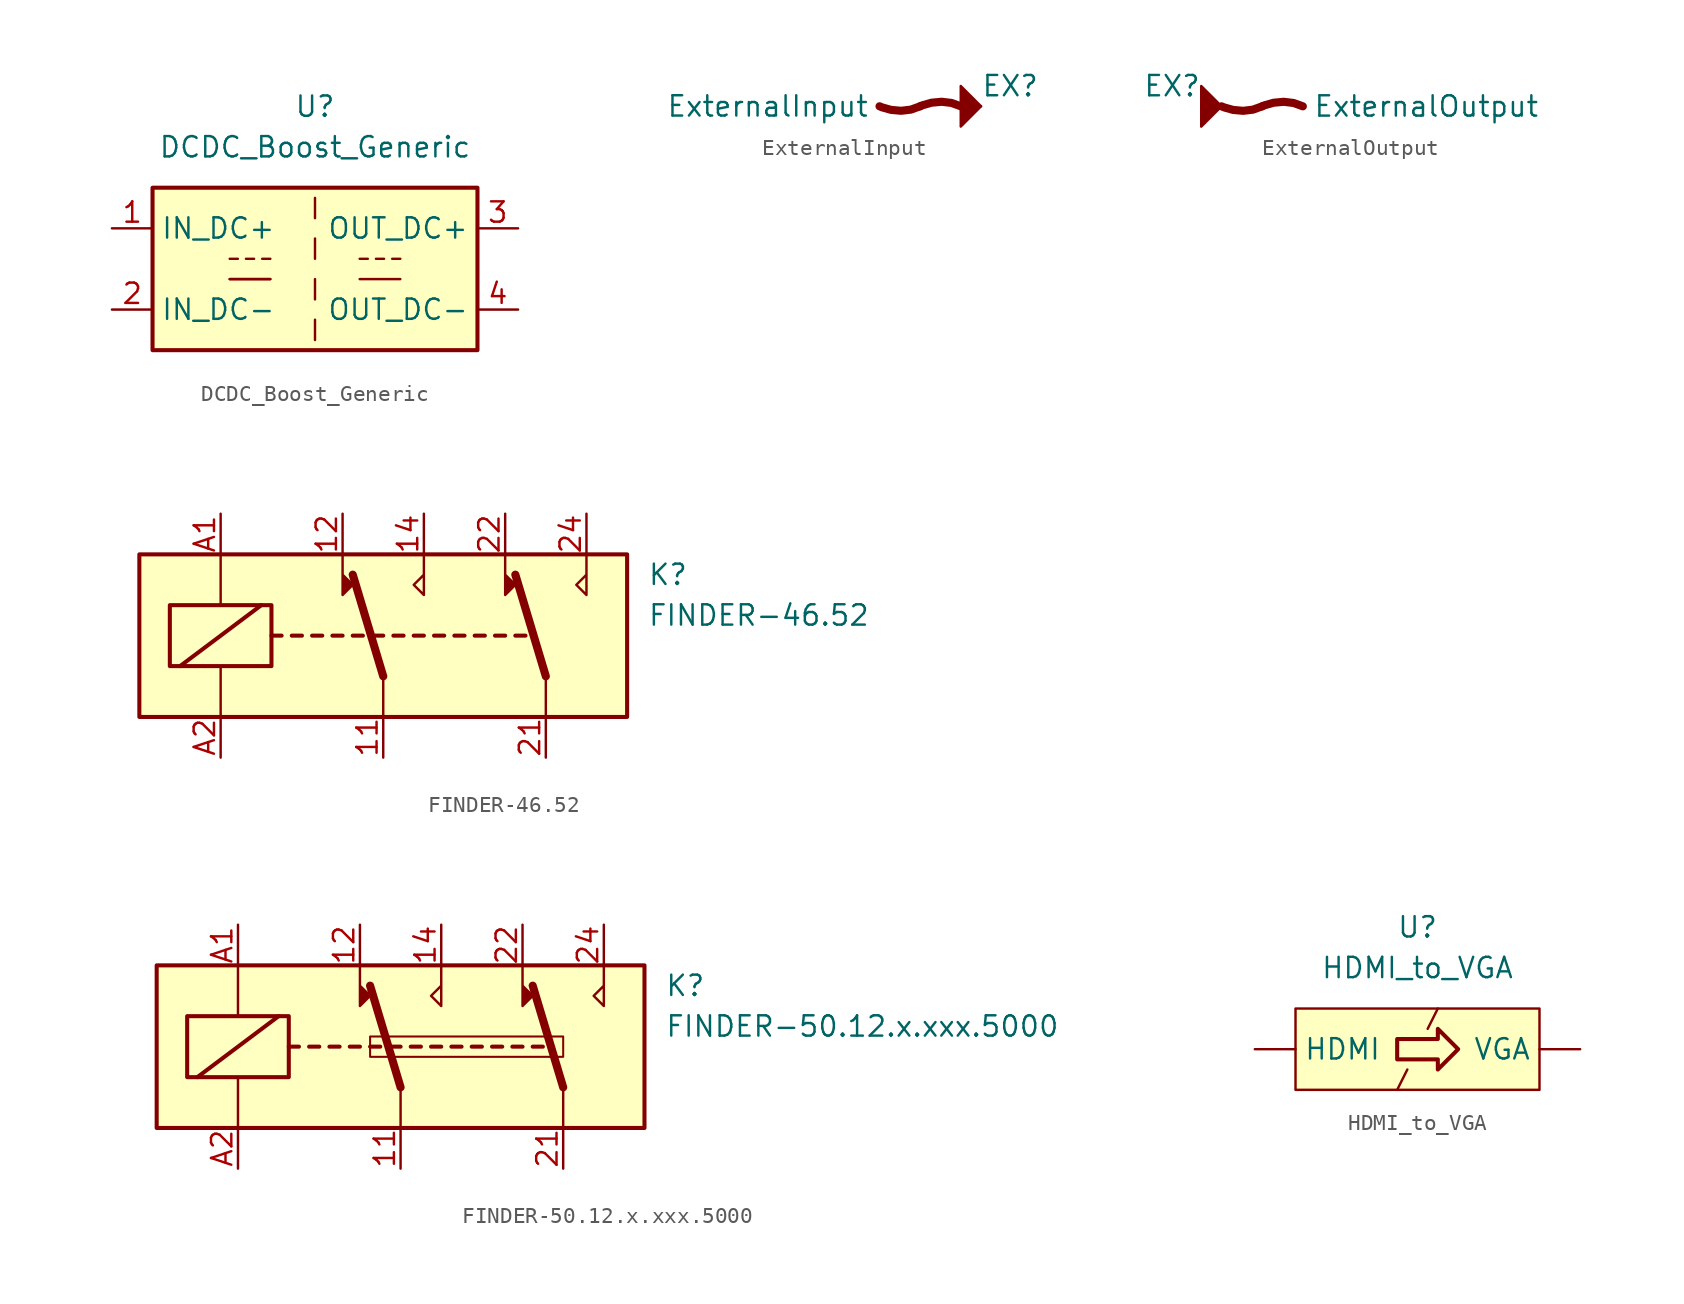
<source format=kicad_sym>
(kicad_symbol_lib
  (version 20241209)
  (generator "kicad_symbol_editor")
  (generator_version "9.0")
  (symbol "DCDC_Boost_Generic"
    (property "Reference" "U"
      (at 0 10.16 0)
      (effects (font (size 1.27 1.27))))
    (property "Value" "DCDC_Boost_Generic"
      (at 0 7.62 0)
      (effects (font (size 1.27 1.27))))
    (symbol "DCDC_Boost_Generic_0_1"
      (rectangle (start -10.16 5.08) (end 10.16 -5.08) (stroke (width 0.254) (type default)) (fill (type background)))
      (polyline (pts (xy -5.334 -0.635) (xy -2.794 -0.635)) (stroke (width 0) (type default)) (fill (type none)))
      (polyline (pts (xy -4.826 0.635) (xy -5.334 0.635)) (stroke (width 0) (type default)) (fill (type none)))
      (polyline (pts (xy -3.81 0.635) (xy -4.318 0.635)) (stroke (width 0) (type default)) (fill (type none)))
      (polyline (pts (xy -2.794 0.635) (xy -3.302 0.635)) (stroke (width 0) (type default)) (fill (type none)))
      (polyline (pts (xy -2.794 -0.635) (xy -5.334 -0.635)) (stroke (width 0) (type default)) (fill (type none)))
      (polyline (pts (xy 2.794 0.635) (xy 3.302 0.635)) (stroke (width 0) (type default)) (fill (type none)))
      (polyline (pts (xy 2.794 -0.635) (xy 5.334 -0.635)) (stroke (width 0) (type default)) (fill (type none)))
      (polyline (pts (xy 3.81 0.635) (xy 4.318 0.635)) (stroke (width 0) (type default)) (fill (type none)))
      (polyline (pts (xy 4.826 0.635) (xy 5.334 0.635)) (stroke (width 0) (type default)) (fill (type none))))
    (symbol "DCDC_Boost_Generic_1_1"
      (polyline (pts (xy 0 4.445) (xy 0 3.175)) (stroke (width 0) (type default)) (fill (type none)))
      (polyline (pts (xy 0 1.905) (xy 0 0.635)) (stroke (width 0) (type default)) (fill (type none)))
      (polyline (pts (xy 0 -0.635) (xy 0 -1.905)) (stroke (width 0) (type default)) (fill (type none)))
      (polyline (pts (xy 0 -3.175) (xy 0 -4.445)) (stroke (width 0) (type default)) (fill (type none)))
      (pin power_in line (at -12.7 2.54 0) (length 2.54) (name "IN_DC+" (effects (font (size 1.27 1.27)))) (number "1" (effects (font (size 1.27 1.27)))))
      (pin power_in line (at -12.7 -2.54 0) (length 2.54) (name "IN_DC-" (effects (font (size 1.27 1.27)))) (number "2" (effects (font (size 1.27 1.27)))))
      (pin power_out line (at 12.7 2.54 180) (length 2.54) (name "OUT_DC+" (effects (font (size 1.27 1.27)))) (number "3" (effects (font (size 1.27 1.27)))))
      (pin power_out line (at 12.7 -2.54 180) (length 2.54) (name "OUT_DC-" (effects (font (size 1.27 1.27)))) (number "4" (effects (font (size 1.27 1.27)))))))
  (symbol "ExternalInput"
    (power)
    (pin_numbers
      (hide yes))
    (pin_names
      (offset 0)
      (hide yes))
    (property "Reference" "EX"
      (at 0 1.27 0)
      (do_not_autoplace)
      (effects (font (size 1.27 1.27)) (justify left)))
    (property "Value" "ExternalInput"
      (at -6.985 0 0)
      (do_not_autoplace)
      (effects (font (size 1.27 1.27)) (justify right)))
    (symbol "ExternalInput_0_1"
      (bezier (pts (xy -3.81 0) (xy -5.08 -0.635) (xy -6.35 0) (xy -6.35 0)) (stroke (width 0.508) (type default)) (fill (type none)))
      (bezier (pts (xy -1.27 0) (xy -2.54 0.635) (xy -3.81 0) (xy -3.81 0)) (stroke (width 0.508) (type default)) (fill (type none)))
      (polyline (pts (xy 0 0) (xy -1.27 1.27) (xy -1.27 -1.27) (xy 0 0)) (stroke (width 0) (type default)) (fill (type outline))))
    (symbol "ExternalInput_1_1"
      (pin passive line (at 0 0 180) (length 0) (name "" (effects (font (size 1.27 1.27)))) (number "" (effects (font (size 1.27 1.27)))))))
  (symbol "ExternalOutput"
    (power)
    (pin_numbers
      (hide yes))
    (pin_names
      (offset 0)
      (hide yes))
    (property "Reference" "EX"
      (at 0 1.27 0)
      (do_not_autoplace)
      (effects (font (size 1.27 1.27)) (justify right)))
    (property "Value" "ExternalOutput"
      (at 6.985 0 0)
      (do_not_autoplace)
      (effects (font (size 1.27 1.27)) (justify left)))
    (symbol "ExternalOutput_0_1"
      (polyline (pts (xy 1.27 0) (xy 0 1.27) (xy 0 -1.27) (xy 1.27 0)) (stroke (width 0) (type default)) (fill (type outline)))
      (bezier (pts (xy 3.81 0) (xy 2.54 -0.635) (xy 1.27 0) (xy 1.27 0)) (stroke (width 0.508) (type default)) (fill (type none)))
      (bezier (pts (xy 6.35 0) (xy 5.08 0.635) (xy 3.81 0) (xy 3.81 0)) (stroke (width 0.508) (type default)) (fill (type none))))
    (symbol "ExternalOutput_1_1"
      (pin passive line (at 0 0 0) (length 0) (name "" (effects (font (size 1.27 1.27)))) (number "" (effects (font (size 1.27 1.27)))))))
  (symbol "FINDER-46.52"
    (property "Reference" "K"
      (at 16.51 3.81 0)
      (effects (font (size 1.27 1.27)) (justify left)))
    (property "Value" "FINDER-46.52"
      (at 16.51 1.27 0)
      (effects (font (size 1.27 1.27)) (justify left)))
    (symbol "FINDER-46.52_0_1"
      (rectangle (start -15.24 5.08) (end 15.24 -5.08) (stroke (width 0.254) (type default)) (fill (type background)))
      (rectangle (start -13.335 1.905) (end -6.985 -1.905) (stroke (width 0.254) (type default)) (fill (type none)))
      (polyline (pts (xy -12.7 -1.905) (xy -7.62 1.905)) (stroke (width 0.254) (type default)) (fill (type none)))
      (polyline (pts (xy -10.16 5.08) (xy -10.16 1.905)) (stroke (width 0) (type default)) (fill (type none)))
      (polyline (pts (xy -10.16 -5.08) (xy -10.16 -1.905)) (stroke (width 0) (type default)) (fill (type none)))
      (polyline (pts (xy -6.985 0) (xy -6.35 0)) (stroke (width 0.254) (type default)) (fill (type none)))
      (polyline (pts (xy -5.715 0) (xy -5.08 0)) (stroke (width 0.254) (type default)) (fill (type none)))
      (polyline (pts (xy -4.445 0) (xy -3.81 0)) (stroke (width 0.254) (type default)) (fill (type none)))
      (polyline (pts (xy -3.175 0) (xy -2.54 0)) (stroke (width 0.254) (type default)) (fill (type none)))
      (polyline (pts (xy -2.54 5.08) (xy -2.54 2.54) (xy -1.905 3.175) (xy -2.54 3.81)) (stroke (width 0) (type default)) (fill (type outline)))
      (polyline (pts (xy -1.905 0) (xy -1.27 0)) (stroke (width 0.254) (type default)) (fill (type none)))
      (polyline (pts (xy -0.635 0) (xy 0 0)) (stroke (width 0.254) (type default)) (fill (type none)))
      (polyline (pts (xy 0 -2.54) (xy -1.905 3.81)) (stroke (width 0.508) (type default)) (fill (type none)))
      (polyline (pts (xy 0 -2.54) (xy 0 -5.08)) (stroke (width 0) (type default)) (fill (type none)))
      (polyline (pts (xy 0.635 0) (xy 1.27 0)) (stroke (width 0.254) (type default)) (fill (type none)))
      (polyline (pts (xy 1.905 0) (xy 2.54 0)) (stroke (width 0.254) (type default)) (fill (type none)))
      (polyline (pts (xy 2.54 5.08) (xy 2.54 2.54) (xy 1.905 3.175) (xy 2.54 3.81)) (stroke (width 0) (type default)) (fill (type none)))
      (polyline (pts (xy 3.175 0) (xy 3.81 0)) (stroke (width 0.254) (type default)) (fill (type none)))
      (polyline (pts (xy 4.445 0) (xy 5.08 0)) (stroke (width 0.254) (type default)) (fill (type none)))
      (polyline (pts (xy 5.715 0) (xy 6.35 0)) (stroke (width 0.254) (type default)) (fill (type none)))
      (polyline (pts (xy 6.985 0) (xy 7.62 0)) (stroke (width 0.254) (type default)) (fill (type none)))
      (polyline (pts (xy 7.62 5.08) (xy 7.62 2.54) (xy 8.255 3.175) (xy 7.62 3.81)) (stroke (width 0) (type default)) (fill (type outline)))
      (polyline (pts (xy 8.255 0) (xy 8.89 0)) (stroke (width 0.254) (type default)) (fill (type none)))
      (polyline (pts (xy 10.16 -2.54) (xy 8.255 3.81)) (stroke (width 0.508) (type default)) (fill (type none)))
      (polyline (pts (xy 10.16 -2.54) (xy 10.16 -5.08)) (stroke (width 0) (type default)) (fill (type none)))
      (polyline (pts (xy 12.7 5.08) (xy 12.7 2.54) (xy 12.065 3.175) (xy 12.7 3.81)) (stroke (width 0) (type default)) (fill (type none))))
    (symbol "FINDER-46.52_1_1"
      (pin passive line (at -10.16 7.62 270) (length 2.54) (name "~" (effects (font (size 1.27 1.27)))) (number "A1" (effects (font (size 1.27 1.27)))))
      (pin passive line (at -10.16 -7.62 90) (length 2.54) (name "~" (effects (font (size 1.27 1.27)))) (number "A2" (effects (font (size 1.27 1.27)))))
      (pin passive line (at -2.54 7.62 270) (length 2.54) (name "~" (effects (font (size 1.27 1.27)))) (number "12" (effects (font (size 1.27 1.27)))))
      (pin passive line (at 0 -7.62 90) (length 2.54) (name "~" (effects (font (size 1.27 1.27)))) (number "11" (effects (font (size 1.27 1.27)))))
      (pin passive line (at 2.54 7.62 270) (length 2.54) (name "~" (effects (font (size 1.27 1.27)))) (number "14" (effects (font (size 1.27 1.27)))))
      (pin passive line (at 7.62 7.62 270) (length 2.54) (name "~" (effects (font (size 1.27 1.27)))) (number "22" (effects (font (size 1.27 1.27)))))
      (pin passive line (at 10.16 -7.62 90) (length 2.54) (name "~" (effects (font (size 1.27 1.27)))) (number "21" (effects (font (size 1.27 1.27)))))
      (pin passive line (at 12.7 7.62 270) (length 2.54) (name "~" (effects (font (size 1.27 1.27)))) (number "24" (effects (font (size 1.27 1.27)))))))
  (symbol "FINDER-50.12.x.xxx.5000"
    (property "Reference" "K"
      (at 16.51 3.81 0)
      (effects (font (size 1.27 1.27)) (justify left)))
    (property "Value" "FINDER-50.12.x.xxx.5000"
      (at 16.51 1.27 0)
      (effects (font (size 1.27 1.27)) (justify left)))
    (symbol "FINDER-50.12.x.xxx.5000_0_1"
      (rectangle (start -15.24 5.08) (end 15.24 -5.08) (stroke (width 0.254) (type default)) (fill (type background)))
      (rectangle (start -13.335 1.905) (end -6.985 -1.905) (stroke (width 0.254) (type default)) (fill (type none)))
      (polyline (pts (xy -12.7 -1.905) (xy -7.62 1.905)) (stroke (width 0.254) (type default)) (fill (type none)))
      (polyline (pts (xy -10.16 5.08) (xy -10.16 1.905)) (stroke (width 0) (type default)) (fill (type none)))
      (polyline (pts (xy -10.16 -5.08) (xy -10.16 -1.905)) (stroke (width 0) (type default)) (fill (type none)))
      (polyline (pts (xy -6.985 0) (xy -6.35 0)) (stroke (width 0.254) (type default)) (fill (type none)))
      (polyline (pts (xy -5.715 0) (xy -5.08 0)) (stroke (width 0.254) (type default)) (fill (type none)))
      (polyline (pts (xy -4.445 0) (xy -3.81 0)) (stroke (width 0.254) (type default)) (fill (type none)))
      (polyline (pts (xy -3.175 0) (xy -2.54 0)) (stroke (width 0.254) (type default)) (fill (type none)))
      (polyline (pts (xy -2.54 5.08) (xy -2.54 2.54) (xy -1.905 3.175) (xy -2.54 3.81)) (stroke (width 0) (type default)) (fill (type outline)))
      (rectangle (start -1.905 0.635) (end 10.16 -0.635) (stroke (width 0.127) (type default)) (fill (type none)))
      (polyline (pts (xy -1.905 0) (xy -1.27 0)) (stroke (width 0.254) (type default)) (fill (type none)))
      (polyline (pts (xy -0.635 0) (xy 0 0)) (stroke (width 0.254) (type default)) (fill (type none)))
      (polyline (pts (xy 0 -2.54) (xy -1.905 3.81)) (stroke (width 0.508) (type default)) (fill (type none)))
      (polyline (pts (xy 0 -2.54) (xy 0 -5.08)) (stroke (width 0) (type default)) (fill (type none)))
      (polyline (pts (xy 0.635 0) (xy 1.27 0)) (stroke (width 0.254) (type default)) (fill (type none)))
      (polyline (pts (xy 1.905 0) (xy 2.54 0)) (stroke (width 0.254) (type default)) (fill (type none)))
      (polyline (pts (xy 2.54 5.08) (xy 2.54 2.54) (xy 1.905 3.175) (xy 2.54 3.81)) (stroke (width 0) (type default)) (fill (type none)))
      (polyline (pts (xy 3.175 0) (xy 3.81 0)) (stroke (width 0.254) (type default)) (fill (type none)))
      (polyline (pts (xy 4.445 0) (xy 5.08 0)) (stroke (width 0.254) (type default)) (fill (type none)))
      (polyline (pts (xy 5.715 0) (xy 6.35 0)) (stroke (width 0.254) (type default)) (fill (type none)))
      (polyline (pts (xy 6.985 0) (xy 7.62 0)) (stroke (width 0.254) (type default)) (fill (type none)))
      (polyline (pts (xy 7.62 5.08) (xy 7.62 2.54) (xy 8.255 3.175) (xy 7.62 3.81)) (stroke (width 0) (type default)) (fill (type outline)))
      (polyline (pts (xy 8.255 0) (xy 8.89 0)) (stroke (width 0.254) (type default)) (fill (type none)))
      (polyline (pts (xy 10.16 -2.54) (xy 8.255 3.81)) (stroke (width 0.508) (type default)) (fill (type none)))
      (polyline (pts (xy 10.16 -2.54) (xy 10.16 -5.08)) (stroke (width 0) (type default)) (fill (type none)))
      (polyline (pts (xy 12.7 5.08) (xy 12.7 2.54) (xy 12.065 3.175) (xy 12.7 3.81)) (stroke (width 0) (type default)) (fill (type none))))
    (symbol "FINDER-50.12.x.xxx.5000_1_1"
      (pin passive line (at -10.16 7.62 270) (length 2.54) (name "~" (effects (font (size 1.27 1.27)))) (number "A1" (effects (font (size 1.27 1.27)))))
      (pin passive line (at -10.16 -7.62 90) (length 2.54) (name "~" (effects (font (size 1.27 1.27)))) (number "A2" (effects (font (size 1.27 1.27)))))
      (pin passive line (at -2.54 7.62 270) (length 2.54) (name "~" (effects (font (size 1.27 1.27)))) (number "12" (effects (font (size 1.27 1.27)))))
      (pin passive line (at 0 -7.62 90) (length 2.54) (name "~" (effects (font (size 1.27 1.27)))) (number "11" (effects (font (size 1.27 1.27)))))
      (pin passive line (at 2.54 7.62 270) (length 2.54) (name "~" (effects (font (size 1.27 1.27)))) (number "14" (effects (font (size 1.27 1.27)))))
      (pin passive line (at 7.62 7.62 270) (length 2.54) (name "~" (effects (font (size 1.27 1.27)))) (number "22" (effects (font (size 1.27 1.27)))))
      (pin passive line (at 10.16 -7.62 90) (length 2.54) (name "~" (effects (font (size 1.27 1.27)))) (number "21" (effects (font (size 1.27 1.27)))))
      (pin passive line (at 12.7 7.62 270) (length 2.54) (name "~" (effects (font (size 1.27 1.27)))) (number "24" (effects (font (size 1.27 1.27)))))))
  (symbol "HDMI_to_VGA"
    (property "Reference" "U"
      (at 0 7.62 0)
      (effects (font (size 1.27 1.27))))
    (property "Value" "HDMI_to_VGA"
      (at 0 5.08 0)
      (effects (font (size 1.27 1.27))))
    (symbol "HDMI_to_VGA_0_1"
      (polyline (pts (xy -0.635 -1.27) (xy -1.27 -2.54)) (stroke (width 0) (type default)) (fill (type none)))
      (polyline (pts (xy 1.27 2.54) (xy 0.635 1.27)) (stroke (width 0) (type default)) (fill (type none))))
    (symbol "HDMI_to_VGA_1_1"
      (rectangle (start -7.62 2.54) (end 7.62 -2.54) (stroke (width 0) (type solid)) (fill (type background)))
      (polyline (pts (xy -1.27 0.635) (xy -1.27 -0.635) (xy 1.27 -0.635) (xy 1.27 -1.27) (xy 2.54 0) (xy 1.27 1.27) (xy 1.27 0.635) (xy -1.27 0.635)) (stroke (width 0.254) (type solid)) (fill (type none)))
      (pin input line (at -10.16 0 0) (length 2.54) (name "HDMI" (effects (font (size 1.27 1.27)))) (number "" (effects (font (size 1.27 1.27)))))
      (pin output line (at 10.16 0 180) (length 2.54) (name "VGA" (effects (font (size 1.27 1.27)))) (number "" (effects (font (size 1.27 1.27))))))))
</source>
